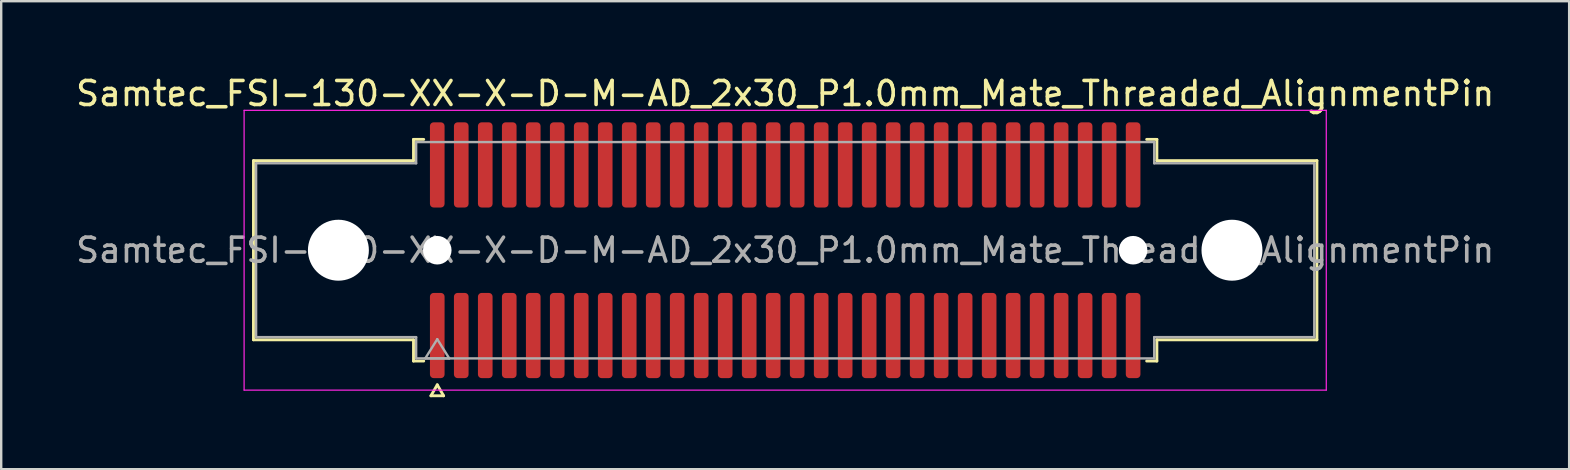
<source format=kicad_pcb>
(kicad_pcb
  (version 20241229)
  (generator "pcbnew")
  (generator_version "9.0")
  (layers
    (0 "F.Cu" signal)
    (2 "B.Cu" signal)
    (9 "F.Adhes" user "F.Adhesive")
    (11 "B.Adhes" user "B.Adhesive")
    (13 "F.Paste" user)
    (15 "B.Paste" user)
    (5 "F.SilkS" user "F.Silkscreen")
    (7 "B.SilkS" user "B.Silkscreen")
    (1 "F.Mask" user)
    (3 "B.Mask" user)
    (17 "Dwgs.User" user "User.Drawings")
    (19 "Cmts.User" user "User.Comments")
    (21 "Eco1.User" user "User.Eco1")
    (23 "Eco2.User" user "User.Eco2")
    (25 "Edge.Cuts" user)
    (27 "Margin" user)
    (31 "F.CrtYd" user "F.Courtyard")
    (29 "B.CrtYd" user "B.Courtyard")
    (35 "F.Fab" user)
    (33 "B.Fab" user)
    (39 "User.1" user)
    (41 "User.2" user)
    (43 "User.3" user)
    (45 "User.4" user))
  (footprint "Samtec_FSI-130-XX-X-D-M-AD_2x30_P1.0mm_Mate_Threaded_AlignmentPin"
    (layer "F.Cu")
    (at 29.673 7.378)
    (property "Reference" "Samtec_FSI-130-XX-X-D-M-AD_2x30_P1.0mm_Mate_Threaded_AlignmentPin" (at 0 -6.53 0) (layer "F.SilkS") (effects (font (size 1 1) (thickness 0.15))))
    (attr smd exclude_from_pos_files exclude_from_bom)
    (fp_line (start -22.16 -3.733) (end -15.49 -3.733) (stroke (width 0.12) (type solid)) (layer "F.SilkS"))
    (fp_line (start -22.16 3.733) (end -22.16 -3.733) (stroke (width 0.12) (type solid)) (layer "F.SilkS"))
    (fp_line (start -15.49 -4.619) (end -15.065 -4.619) (stroke (width 0.12) (type solid)) (layer "F.SilkS"))
    (fp_line (start -15.49 -3.733) (end -15.49 -4.619) (stroke (width 0.12) (type solid)) (layer "F.SilkS"))
    (fp_line (start -15.49 3.733) (end -22.16 3.733) (stroke (width 0.12) (type solid)) (layer "F.SilkS"))
    (fp_line (start -15.49 4.619) (end -15.49 3.733) (stroke (width 0.12) (type solid)) (layer "F.SilkS"))
    (fp_line (start -15.065 4.619) (end -15.49 4.619) (stroke (width 0.12) (type solid)) (layer "F.SilkS"))
    (fp_line (start -14.764 6.066) (end -14.5 5.609) (stroke (width 0.12) (type solid)) (layer "F.SilkS"))
    (fp_line (start -14.5 5.609) (end -14.236 6.066) (stroke (width 0.12) (type solid)) (layer "F.SilkS"))
    (fp_line (start -14.236 6.066) (end -14.764 6.066) (stroke (width 0.12) (type solid)) (layer "F.SilkS"))
    (fp_line (start 15.065 -4.619) (end 15.49 -4.619) (stroke (width 0.12) (type solid)) (layer "F.SilkS"))
    (fp_line (start 15.49 -4.619) (end 15.49 -3.733) (stroke (width 0.12) (type solid)) (layer "F.SilkS"))
    (fp_line (start 15.49 -3.733) (end 22.16 -3.733) (stroke (width 0.12) (type solid)) (layer "F.SilkS"))
    (fp_line (start 15.49 3.733) (end 15.49 4.619) (stroke (width 0.12) (type solid)) (layer "F.SilkS"))
    (fp_line (start 15.49 4.619) (end 15.065 4.619) (stroke (width 0.12) (type solid)) (layer "F.SilkS"))
    (fp_line (start 22.16 -3.733) (end 22.16 3.733) (stroke (width 0.12) (type solid)) (layer "F.SilkS"))
    (fp_line (start 22.16 3.733) (end 15.49 3.733) (stroke (width 0.12) (type solid)) (layer "F.SilkS"))
    (fp_line (start -22.55 -5.83) (end -22.55 5.83) (stroke (width 0.05) (type solid)) (layer "F.CrtYd"))
    (fp_line (start -22.55 5.83) (end 22.55 5.83) (stroke (width 0.05) (type solid)) (layer "F.CrtYd"))
    (fp_line (start 22.55 -5.83) (end -22.55 -5.83) (stroke (width 0.05) (type solid)) (layer "F.CrtYd"))
    (fp_line (start 22.55 5.83) (end 22.55 -5.83) (stroke (width 0.05) (type solid)) (layer "F.CrtYd"))
    (fp_line (start -22.05 -3.623) (end -15.38 -3.623) (stroke (width 0.1) (type solid)) (layer "F.Fab"))
    (fp_line (start -22.05 3.623) (end -22.05 -3.623) (stroke (width 0.1) (type solid)) (layer "F.Fab"))
    (fp_line (start -15.38 -4.508) (end 15.38 -4.508) (stroke (width 0.1) (type solid)) (layer "F.Fab"))
    (fp_line (start -15.38 -3.623) (end -15.38 -4.508) (stroke (width 0.1) (type solid)) (layer "F.Fab"))
    (fp_line (start -15.38 3.623) (end -22.05 3.623) (stroke (width 0.1) (type solid)) (layer "F.Fab"))
    (fp_line (start -15.38 4.508) (end -15.38 3.623) (stroke (width 0.1) (type solid)) (layer "F.Fab"))
    (fp_line (start -15 4.508) (end -14.5 3.708) (stroke (width 0.1) (type solid)) (layer "F.Fab"))
    (fp_line (start -14.5 3.708) (end -14 4.508) (stroke (width 0.1) (type solid)) (layer "F.Fab"))
    (fp_line (start -14 4.508) (end -15 4.508) (stroke (width 0.1) (type solid)) (layer "F.Fab"))
    (fp_line (start 15.38 -4.508) (end 15.38 -3.623) (stroke (width 0.1) (type solid)) (layer "F.Fab"))
    (fp_line (start 15.38 -3.623) (end 22.05 -3.623) (stroke (width 0.1) (type solid)) (layer "F.Fab"))
    (fp_line (start 15.38 3.623) (end 15.38 4.508) (stroke (width 0.1) (type solid)) (layer "F.Fab"))
    (fp_line (start 15.38 4.508) (end -15.38 4.508) (stroke (width 0.1) (type solid)) (layer "F.Fab"))
    (fp_line (start 22.05 -3.623) (end 22.05 3.623) (stroke (width 0.1) (type solid)) (layer "F.Fab"))
    (fp_line (start 22.05 3.623) (end 15.38 3.623) (stroke (width 0.1) (type solid)) (layer "F.Fab"))
    (fp_text user "${REFERENCE}" (at 0 0 0) (layer "F.Fab") (effects (font (size 1 1) (thickness 0.15))))
    (pad "" np_thru_hole circle (at -18.62 0) (size 2.54 2.54) (drill 2.54) (layers "*.Cu" "*.Mask"))
    (pad "" np_thru_hole circle (at -14.5 0) (size 1.19 1.19) (drill 1.19) (layers "*.Cu" "*.Mask"))
    (pad "" np_thru_hole circle (at 14.5 0) (size 1.19 1.19) (drill 1.19) (layers "*.Cu" "*.Mask"))
    (pad "" np_thru_hole circle (at 18.62 0) (size 2.54 2.54) (drill 2.54) (layers "*.Cu" "*.Mask"))
    (pad "1" smd roundrect (at -14.5 3.555) (size 0.61 3.55) (layers "F.Cu" "F.Mask") (roundrect_rratio 0.25))
    (pad "2" smd roundrect (at -14.5 -3.555) (size 0.61 3.55) (layers "F.Cu" "F.Mask") (roundrect_rratio 0.25))
    (pad "3" smd roundrect (at -13.5 3.555) (size 0.61 3.55) (layers "F.Cu" "F.Mask") (roundrect_rratio 0.25))
    (pad "4" smd roundrect (at -13.5 -3.555) (size 0.61 3.55) (layers "F.Cu" "F.Mask") (roundrect_rratio 0.25))
    (pad "5" smd roundrect (at -12.5 3.555) (size 0.61 3.55) (layers "F.Cu" "F.Mask") (roundrect_rratio 0.25))
    (pad "6" smd roundrect (at -12.5 -3.555) (size 0.61 3.55) (layers "F.Cu" "F.Mask") (roundrect_rratio 0.25))
    (pad "7" smd roundrect (at -11.5 3.555) (size 0.61 3.55) (layers "F.Cu" "F.Mask") (roundrect_rratio 0.25))
    (pad "8" smd roundrect (at -11.5 -3.555) (size 0.61 3.55) (layers "F.Cu" "F.Mask") (roundrect_rratio 0.25))
    (pad "9" smd roundrect (at -10.5 3.555) (size 0.61 3.55) (layers "F.Cu" "F.Mask") (roundrect_rratio 0.25))
    (pad "10" smd roundrect (at -10.5 -3.555) (size 0.61 3.55) (layers "F.Cu" "F.Mask") (roundrect_rratio 0.25))
    (pad "11" smd roundrect (at -9.5 3.555) (size 0.61 3.55) (layers "F.Cu" "F.Mask") (roundrect_rratio 0.25))
    (pad "12" smd roundrect (at -9.5 -3.555) (size 0.61 3.55) (layers "F.Cu" "F.Mask") (roundrect_rratio 0.25))
    (pad "13" smd roundrect (at -8.5 3.555) (size 0.61 3.55) (layers "F.Cu" "F.Mask") (roundrect_rratio 0.25))
    (pad "14" smd roundrect (at -8.5 -3.555) (size 0.61 3.55) (layers "F.Cu" "F.Mask") (roundrect_rratio 0.25))
    (pad "15" smd roundrect (at -7.5 3.555) (size 0.61 3.55) (layers "F.Cu" "F.Mask") (roundrect_rratio 0.25))
    (pad "16" smd roundrect (at -7.5 -3.555) (size 0.61 3.55) (layers "F.Cu" "F.Mask") (roundrect_rratio 0.25))
    (pad "17" smd roundrect (at -6.5 3.555) (size 0.61 3.55) (layers "F.Cu" "F.Mask") (roundrect_rratio 0.25))
    (pad "18" smd roundrect (at -6.5 -3.555) (size 0.61 3.55) (layers "F.Cu" "F.Mask") (roundrect_rratio 0.25))
    (pad "19" smd roundrect (at -5.5 3.555) (size 0.61 3.55) (layers "F.Cu" "F.Mask") (roundrect_rratio 0.25))
    (pad "20" smd roundrect (at -5.5 -3.555) (size 0.61 3.55) (layers "F.Cu" "F.Mask") (roundrect_rratio 0.25))
    (pad "21" smd roundrect (at -4.5 3.555) (size 0.61 3.55) (layers "F.Cu" "F.Mask") (roundrect_rratio 0.25))
    (pad "22" smd roundrect (at -4.5 -3.555) (size 0.61 3.55) (layers "F.Cu" "F.Mask") (roundrect_rratio 0.25))
    (pad "23" smd roundrect (at -3.5 3.555) (size 0.61 3.55) (layers "F.Cu" "F.Mask") (roundrect_rratio 0.25))
    (pad "24" smd roundrect (at -3.5 -3.555) (size 0.61 3.55) (layers "F.Cu" "F.Mask") (roundrect_rratio 0.25))
    (pad "25" smd roundrect (at -2.5 3.555) (size 0.61 3.55) (layers "F.Cu" "F.Mask") (roundrect_rratio 0.25))
    (pad "26" smd roundrect (at -2.5 -3.555) (size 0.61 3.55) (layers "F.Cu" "F.Mask") (roundrect_rratio 0.25))
    (pad "27" smd roundrect (at -1.5 3.555) (size 0.61 3.55) (layers "F.Cu" "F.Mask") (roundrect_rratio 0.25))
    (pad "28" smd roundrect (at -1.5 -3.555) (size 0.61 3.55) (layers "F.Cu" "F.Mask") (roundrect_rratio 0.25))
    (pad "29" smd roundrect (at -0.5 3.555) (size 0.61 3.55) (layers "F.Cu" "F.Mask") (roundrect_rratio 0.25))
    (pad "30" smd roundrect (at -0.5 -3.555) (size 0.61 3.55) (layers "F.Cu" "F.Mask") (roundrect_rratio 0.25))
    (pad "31" smd roundrect (at 0.5 3.555) (size 0.61 3.55) (layers "F.Cu" "F.Mask") (roundrect_rratio 0.25))
    (pad "32" smd roundrect (at 0.5 -3.555) (size 0.61 3.55) (layers "F.Cu" "F.Mask") (roundrect_rratio 0.25))
    (pad "33" smd roundrect (at 1.5 3.555) (size 0.61 3.55) (layers "F.Cu" "F.Mask") (roundrect_rratio 0.25))
    (pad "34" smd roundrect (at 1.5 -3.555) (size 0.61 3.55) (layers "F.Cu" "F.Mask") (roundrect_rratio 0.25))
    (pad "35" smd roundrect (at 2.5 3.555) (size 0.61 3.55) (layers "F.Cu" "F.Mask") (roundrect_rratio 0.25))
    (pad "36" smd roundrect (at 2.5 -3.555) (size 0.61 3.55) (layers "F.Cu" "F.Mask") (roundrect_rratio 0.25))
    (pad "37" smd roundrect (at 3.5 3.555) (size 0.61 3.55) (layers "F.Cu" "F.Mask") (roundrect_rratio 0.25))
    (pad "38" smd roundrect (at 3.5 -3.555) (size 0.61 3.55) (layers "F.Cu" "F.Mask") (roundrect_rratio 0.25))
    (pad "39" smd roundrect (at 4.5 3.555) (size 0.61 3.55) (layers "F.Cu" "F.Mask") (roundrect_rratio 0.25))
    (pad "40" smd roundrect (at 4.5 -3.555) (size 0.61 3.55) (layers "F.Cu" "F.Mask") (roundrect_rratio 0.25))
    (pad "41" smd roundrect (at 5.5 3.555) (size 0.61 3.55) (layers "F.Cu" "F.Mask") (roundrect_rratio 0.25))
    (pad "42" smd roundrect (at 5.5 -3.555) (size 0.61 3.55) (layers "F.Cu" "F.Mask") (roundrect_rratio 0.25))
    (pad "43" smd roundrect (at 6.5 3.555) (size 0.61 3.55) (layers "F.Cu" "F.Mask") (roundrect_rratio 0.25))
    (pad "44" smd roundrect (at 6.5 -3.555) (size 0.61 3.55) (layers "F.Cu" "F.Mask") (roundrect_rratio 0.25))
    (pad "45" smd roundrect (at 7.5 3.555) (size 0.61 3.55) (layers "F.Cu" "F.Mask") (roundrect_rratio 0.25))
    (pad "46" smd roundrect (at 7.5 -3.555) (size 0.61 3.55) (layers "F.Cu" "F.Mask") (roundrect_rratio 0.25))
    (pad "47" smd roundrect (at 8.5 3.555) (size 0.61 3.55) (layers "F.Cu" "F.Mask") (roundrect_rratio 0.25))
    (pad "48" smd roundrect (at 8.5 -3.555) (size 0.61 3.55) (layers "F.Cu" "F.Mask") (roundrect_rratio 0.25))
    (pad "49" smd roundrect (at 9.5 3.555) (size 0.61 3.55) (layers "F.Cu" "F.Mask") (roundrect_rratio 0.25))
    (pad "50" smd roundrect (at 9.5 -3.555) (size 0.61 3.55) (layers "F.Cu" "F.Mask") (roundrect_rratio 0.25))
    (pad "51" smd roundrect (at 10.5 3.555) (size 0.61 3.55) (layers "F.Cu" "F.Mask") (roundrect_rratio 0.25))
    (pad "52" smd roundrect (at 10.5 -3.555) (size 0.61 3.55) (layers "F.Cu" "F.Mask") (roundrect_rratio 0.25))
    (pad "53" smd roundrect (at 11.5 3.555) (size 0.61 3.55) (layers "F.Cu" "F.Mask") (roundrect_rratio 0.25))
    (pad "54" smd roundrect (at 11.5 -3.555) (size 0.61 3.55) (layers "F.Cu" "F.Mask") (roundrect_rratio 0.25))
    (pad "55" smd roundrect (at 12.5 3.555) (size 0.61 3.55) (layers "F.Cu" "F.Mask") (roundrect_rratio 0.25))
    (pad "56" smd roundrect (at 12.5 -3.555) (size 0.61 3.55) (layers "F.Cu" "F.Mask") (roundrect_rratio 0.25))
    (pad "57" smd roundrect (at 13.5 3.555) (size 0.61 3.55) (layers "F.Cu" "F.Mask") (roundrect_rratio 0.25))
    (pad "58" smd roundrect (at 13.5 -3.555) (size 0.61 3.55) (layers "F.Cu" "F.Mask") (roundrect_rratio 0.25))
    (pad "59" smd roundrect (at 14.5 3.555) (size 0.61 3.55) (layers "F.Cu" "F.Mask") (roundrect_rratio 0.25))
    (pad "60" smd roundrect (at 14.5 -3.555) (size 0.61 3.55) (layers "F.Cu" "F.Mask") (roundrect_rratio 0.25)))
  (gr_rect
    (start -3 -3)
    (end 62.345 16.504)
    (stroke (width 0.1) (type default))
    (fill no)
    (layer "Edge.Cuts")))
</source>
